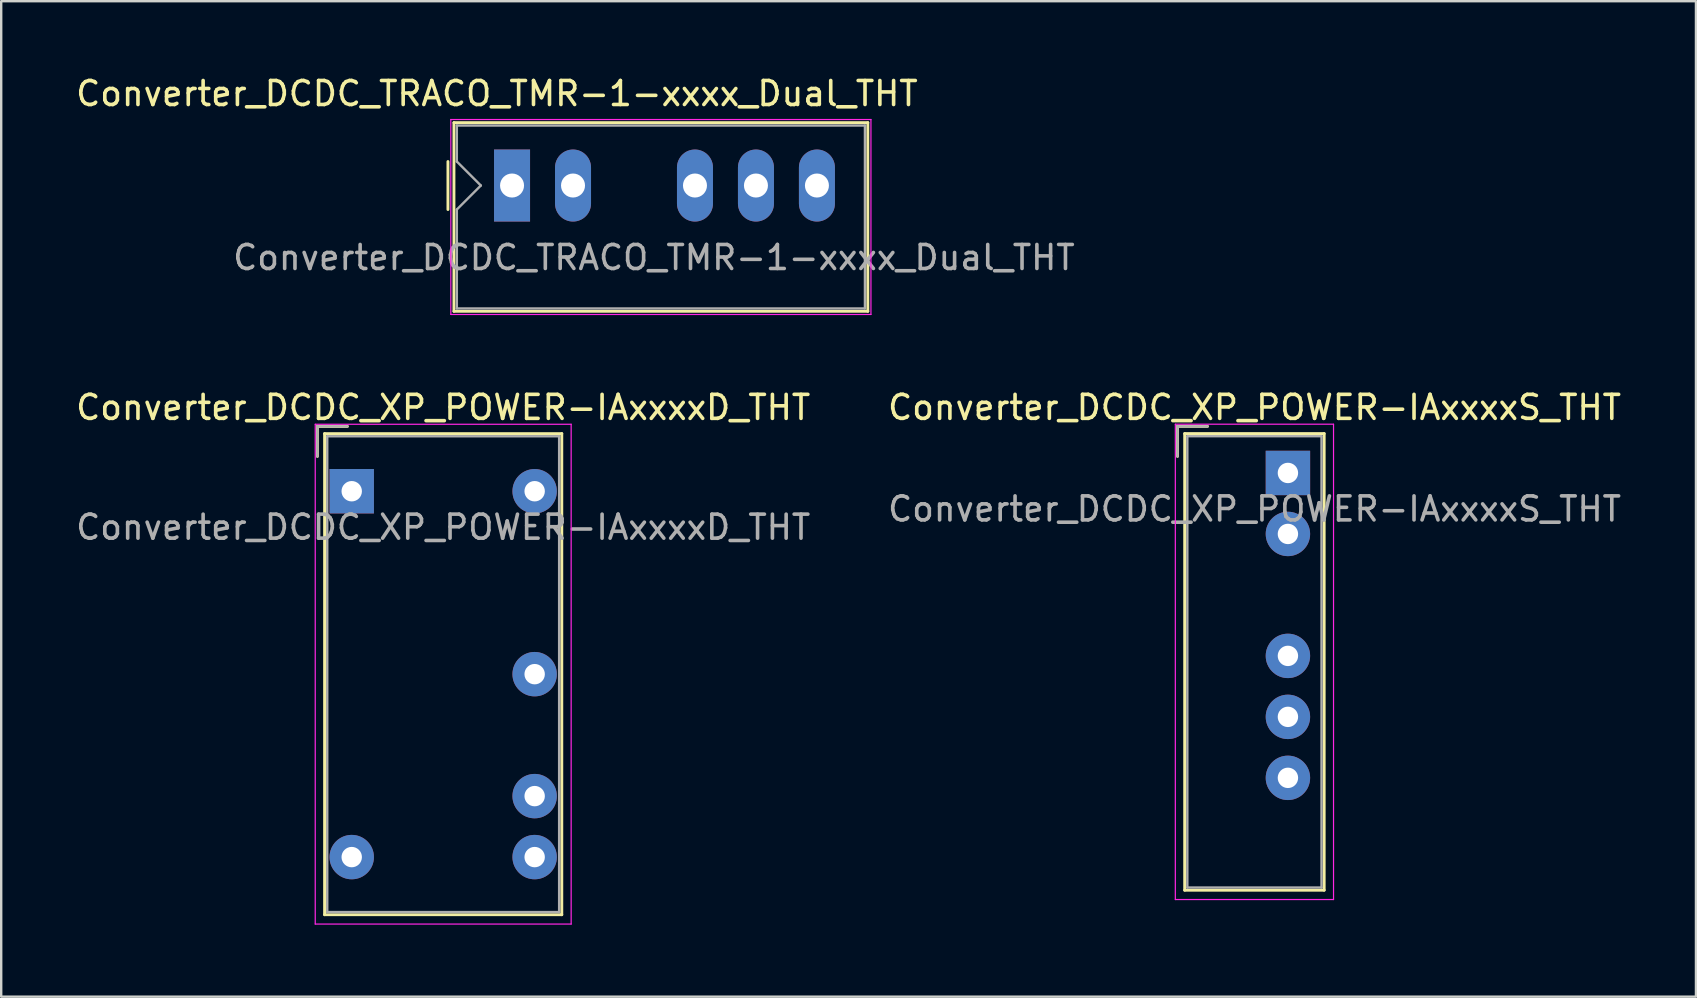
<source format=kicad_pcb>
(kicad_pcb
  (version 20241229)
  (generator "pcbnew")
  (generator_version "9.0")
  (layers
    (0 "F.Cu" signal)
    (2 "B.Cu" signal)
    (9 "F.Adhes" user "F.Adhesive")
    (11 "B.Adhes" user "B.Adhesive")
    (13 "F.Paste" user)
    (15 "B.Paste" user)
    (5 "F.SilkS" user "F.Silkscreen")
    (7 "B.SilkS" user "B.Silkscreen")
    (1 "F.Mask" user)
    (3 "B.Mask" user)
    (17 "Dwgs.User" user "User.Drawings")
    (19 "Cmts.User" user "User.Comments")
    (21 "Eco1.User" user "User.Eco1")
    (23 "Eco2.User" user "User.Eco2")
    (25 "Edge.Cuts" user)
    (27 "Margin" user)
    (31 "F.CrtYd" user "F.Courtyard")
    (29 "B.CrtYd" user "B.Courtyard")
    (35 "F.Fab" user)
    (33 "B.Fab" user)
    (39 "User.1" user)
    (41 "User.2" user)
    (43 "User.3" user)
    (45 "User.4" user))
  (footprint "Converter_DCDC_TRACO_TMR-1-xxxx_Dual_THT"
    (layer "F.Cu")
    (at 18.279 4.678)
    (property "Reference" "Converter_DCDC_TRACO_TMR-1-xxxx_Dual_THT" (at -0.63 -3.83 0) (layer "F.SilkS") (effects (font (size 1 1) (thickness 0.15))))
    (attr through_hole)
    (fp_line (start -2.67 -1) (end -2.67 1) (stroke (width 0.12) (type solid)) (layer "F.SilkS"))
    (fp_line (start -2.42 -2.62) (end 14.82 -2.62) (stroke (width 0.12) (type solid)) (layer "F.SilkS"))
    (fp_line (start -2.42 5.24) (end -2.42 -2.62) (stroke (width 0.12) (type solid)) (layer "F.SilkS"))
    (fp_line (start 14.82 -2.62) (end 14.82 5.24) (stroke (width 0.12) (type solid)) (layer "F.SilkS"))
    (fp_line (start 14.82 5.24) (end -2.42 5.24) (stroke (width 0.12) (type solid)) (layer "F.SilkS"))
    (fp_line (start -2.55 -2.75) (end -2.55 5.37) (stroke (width 0.05) (type solid)) (layer "F.CrtYd"))
    (fp_line (start -2.55 -2.75) (end 14.95 -2.75) (stroke (width 0.05) (type solid)) (layer "F.CrtYd"))
    (fp_line (start -2.55 5.37) (end 14.95 5.37) (stroke (width 0.05) (type solid)) (layer "F.CrtYd"))
    (fp_line (start 14.95 -2.75) (end 14.95 5.37) (stroke (width 0.05) (type solid)) (layer "F.CrtYd"))
    (fp_line (start -2.3 -1) (end -2.3 -2.5) (stroke (width 0.1) (type solid)) (layer "F.Fab"))
    (fp_line (start -2.3 -1) (end -1.3 0) (stroke (width 0.1) (type solid)) (layer "F.Fab"))
    (fp_line (start -2.3 1) (end -2.3 5.12) (stroke (width 0.1) (type solid)) (layer "F.Fab"))
    (fp_line (start -1.3 0) (end -2.3 1) (stroke (width 0.1) (type solid)) (layer "F.Fab"))
    (fp_line (start 14.7 -2.5) (end -2.3 -2.5) (stroke (width 0.1) (type solid)) (layer "F.Fab"))
    (fp_line (start 14.7 -2.5) (end 14.7 5.12) (stroke (width 0.1) (type solid)) (layer "F.Fab"))
    (fp_line (start 14.7 5.12) (end -2.3 5.12) (stroke (width 0.1) (type solid)) (layer "F.Fab"))
    (fp_text user "${REFERENCE}" (at 5.91 3 0) (layer "F.Fab") (effects (font (size 1 1) (thickness 0.15))))
    (pad "1" thru_hole rect (at 0 0) (size 1.5 3) (drill 1) (layers "*.Cu" "*.Mask"))
    (pad "2" thru_hole oval (at 2.54 0) (size 1.5 3) (drill 1) (layers "*.Cu" "*.Mask"))
    (pad "4" thru_hole oval (at 7.62 0) (size 1.5 3) (drill 1) (layers "*.Cu" "*.Mask"))
    (pad "5" thru_hole oval (at 10.16 0) (size 1.5 3) (drill 1) (layers "*.Cu" "*.Mask"))
    (pad "6" thru_hole oval (at 12.7 0) (size 1.5 3) (drill 1) (layers "*.Cu" "*.Mask")))
  (footprint "Converter_DCDC_XP_POWER-IAxxxxS_THT"
    (layer "F.Cu")
    (at 50.598 16.651)
    (property "Reference" "Converter_DCDC_XP_POWER-IAxxxxS_THT" (at -1.39 -2.73 0) (layer "F.SilkS") (effects (font (size 1 1) (thickness 0.15))))
    (attr through_hole)
    (fp_line (start -4.6 -1.94) (end -4.6 -0.69) (stroke (width 0.12) (type solid)) (layer "F.SilkS"))
    (fp_line (start -4.3 -1.64) (end -4.3 17.38) (stroke (width 0.12) (type solid)) (layer "F.SilkS"))
    (fp_line (start -4.3 17.38) (end 1.51 17.38) (stroke (width 0.12) (type solid)) (layer "F.SilkS"))
    (fp_line (start -3.35 -1.94) (end -4.6 -1.94) (stroke (width 0.12) (type solid)) (layer "F.SilkS"))
    (fp_line (start 1.51 -1.64) (end -4.3 -1.64) (stroke (width 0.12) (type solid)) (layer "F.SilkS"))
    (fp_line (start 1.51 17.38) (end 1.51 -1.64) (stroke (width 0.12) (type solid)) (layer "F.SilkS"))
    (fp_line (start -4.69 -2.03) (end -4.69 17.77) (stroke (width 0.05) (type solid)) (layer "F.CrtYd"))
    (fp_line (start -4.69 17.77) (end 1.9 17.77) (stroke (width 0.05) (type solid)) (layer "F.CrtYd"))
    (fp_line (start 1.9 -2.03) (end -4.69 -2.03) (stroke (width 0.05) (type solid)) (layer "F.CrtYd"))
    (fp_line (start 1.9 17.77) (end 1.9 -2.03) (stroke (width 0.05) (type solid)) (layer "F.CrtYd"))
    (fp_line (start -4.6 -1.94) (end -4.6 -0.69) (stroke (width 0.1) (type solid)) (layer "F.Fab"))
    (fp_line (start -4.19 -1.53) (end -4.19 17.27) (stroke (width 0.1) (type solid)) (layer "F.Fab"))
    (fp_line (start -4.19 17.27) (end 1.4 17.27) (stroke (width 0.1) (type solid)) (layer "F.Fab"))
    (fp_line (start -3.35 -1.94) (end -4.6 -1.94) (stroke (width 0.1) (type solid)) (layer "F.Fab"))
    (fp_line (start 1.4 -1.53) (end -4.19 -1.53) (stroke (width 0.1) (type solid)) (layer "F.Fab"))
    (fp_line (start 1.4 17.27) (end 1.4 -1.53) (stroke (width 0.1) (type solid)) (layer "F.Fab"))
    (fp_text user "${REFERENCE}" (at -1.39 1.5 0) (layer "F.Fab") (effects (font (size 1 1) (thickness 0.15))))
    (pad "1" thru_hole rect (at 0 0) (size 1.85 1.85) (drill 0.85) (layers "*.Cu" "*.Mask"))
    (pad "2" thru_hole circle (at 0 2.54) (size 1.85 1.85) (drill 0.85) (layers "*.Cu" "*.Mask"))
    (pad "4" thru_hole circle (at 0 7.62) (size 1.85 1.85) (drill 0.85) (layers "*.Cu" "*.Mask"))
    (pad "5" thru_hole circle (at 0 10.16) (size 1.85 1.85) (drill 0.85) (layers "*.Cu" "*.Mask"))
    (pad "6" thru_hole circle (at 0 12.7) (size 1.85 1.85) (drill 0.85) (layers "*.Cu" "*.Mask")))
  (footprint "Converter_DCDC_XP_POWER-IAxxxxD_THT"
    (layer "F.Cu")
    (at 11.601 17.412)
    (property "Reference" "Converter_DCDC_XP_POWER-IAxxxxD_THT" (at 3.81 -3.49 0) (layer "F.SilkS") (effects (font (size 1 1) (thickness 0.15))))
    (attr through_hole)
    (fp_line (start -1.43 -2.7) (end -1.43 -1.45) (stroke (width 0.12) (type solid)) (layer "F.SilkS"))
    (fp_line (start -1.13 -2.4) (end -1.13 17.64) (stroke (width 0.12) (type solid)) (layer "F.SilkS"))
    (fp_line (start -1.13 17.64) (end 8.75 17.64) (stroke (width 0.12) (type solid)) (layer "F.SilkS"))
    (fp_line (start -0.18 -2.7) (end -1.43 -2.7) (stroke (width 0.12) (type solid)) (layer "F.SilkS"))
    (fp_line (start 8.75 -2.4) (end -1.13 -2.4) (stroke (width 0.12) (type solid)) (layer "F.SilkS"))
    (fp_line (start 8.75 17.64) (end 8.75 -2.4) (stroke (width 0.12) (type solid)) (layer "F.SilkS"))
    (fp_line (start -1.52 -2.79) (end -1.52 18.03) (stroke (width 0.05) (type solid)) (layer "F.CrtYd"))
    (fp_line (start -1.52 18.03) (end 9.14 18.03) (stroke (width 0.05) (type solid)) (layer "F.CrtYd"))
    (fp_line (start 9.14 -2.79) (end -1.52 -2.79) (stroke (width 0.05) (type solid)) (layer "F.CrtYd"))
    (fp_line (start 9.14 18.03) (end 9.14 -2.79) (stroke (width 0.05) (type solid)) (layer "F.CrtYd"))
    (fp_line (start -1.43 -2.7) (end -1.43 -1.45) (stroke (width 0.1) (type solid)) (layer "F.Fab"))
    (fp_line (start -1.02 -2.29) (end -1.02 17.53) (stroke (width 0.1) (type solid)) (layer "F.Fab"))
    (fp_line (start -1.02 17.53) (end 8.64 17.53) (stroke (width 0.1) (type solid)) (layer "F.Fab"))
    (fp_line (start -0.18 -2.7) (end -1.43 -2.7) (stroke (width 0.1) (type solid)) (layer "F.Fab"))
    (fp_line (start 8.64 -2.29) (end -1.02 -2.29) (stroke (width 0.1) (type solid)) (layer "F.Fab"))
    (fp_line (start 8.64 17.53) (end 8.64 -2.29) (stroke (width 0.1) (type solid)) (layer "F.Fab"))
    (fp_text user "${REFERENCE}" (at 3.81 1.5 0) (layer "F.Fab") (effects (font (size 1 1) (thickness 0.15))))
    (pad "1" thru_hole rect (at 0 0) (size 1.85 1.85) (drill 0.85) (layers "*.Cu" "*.Mask"))
    (pad "2" thru_hole circle (at 0 15.24) (size 1.85 1.85) (drill 0.85) (layers "*.Cu" "*.Mask"))
    (pad "3" thru_hole circle (at 7.62 0) (size 1.85 1.85) (drill 0.85) (layers "*.Cu" "*.Mask"))
    (pad "4" thru_hole circle (at 7.62 7.62) (size 1.85 1.85) (drill 0.85) (layers "*.Cu" "*.Mask"))
    (pad "5" thru_hole circle (at 7.62 12.7) (size 1.85 1.85) (drill 0.85) (layers "*.Cu" "*.Mask"))
    (pad "6" thru_hole circle (at 7.62 15.24) (size 1.85 1.85) (drill 0.85) (layers "*.Cu" "*.Mask")))
  (gr_rect
    (start -3 -3)
    (end 67.595 38.467)
    (stroke (width 0.1) (type default))
    (fill no)
    (layer "Edge.Cuts")))
</source>
